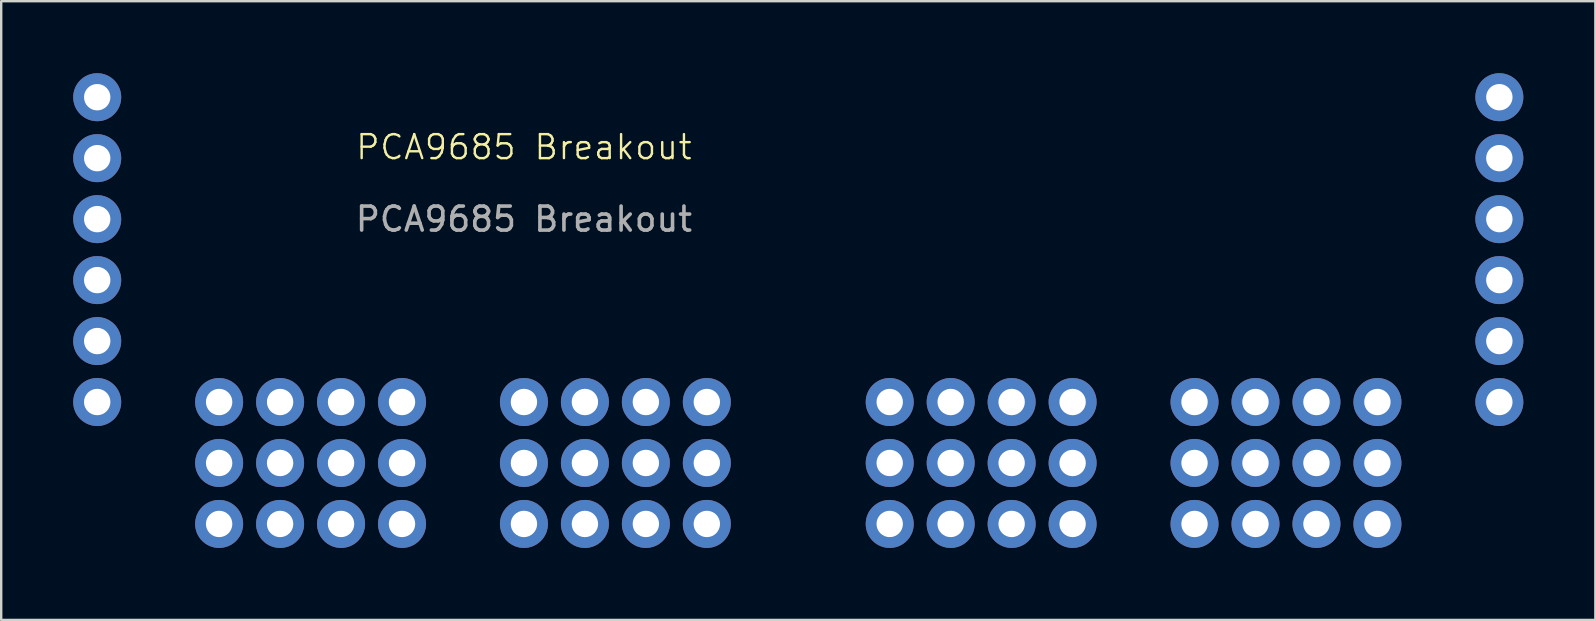
<source format=kicad_pcb>
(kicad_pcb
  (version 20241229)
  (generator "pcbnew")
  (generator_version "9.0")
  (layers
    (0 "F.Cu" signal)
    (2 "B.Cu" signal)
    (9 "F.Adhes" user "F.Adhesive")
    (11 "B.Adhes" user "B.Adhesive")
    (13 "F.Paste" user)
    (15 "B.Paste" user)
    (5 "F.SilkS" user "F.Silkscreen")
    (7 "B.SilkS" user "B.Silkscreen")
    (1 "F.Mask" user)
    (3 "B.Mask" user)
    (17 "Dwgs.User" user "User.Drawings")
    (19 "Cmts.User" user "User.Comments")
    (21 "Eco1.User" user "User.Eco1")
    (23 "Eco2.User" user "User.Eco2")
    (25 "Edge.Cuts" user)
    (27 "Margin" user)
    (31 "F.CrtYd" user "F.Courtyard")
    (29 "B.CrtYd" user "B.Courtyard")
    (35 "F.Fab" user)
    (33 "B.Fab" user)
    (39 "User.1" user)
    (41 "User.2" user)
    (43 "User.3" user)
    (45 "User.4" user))
  (footprint "PCA9685 Breakout"
    (layer "F.Cu")
    (at 6.08 18.78)
    (property "Reference" "PCA9685 Breakout" (at 12.7 -15.7 0) (unlocked yes) (layer "F.SilkS") (effects (font (size 1 1) (thickness 0.1))))
    (attr through_hole)
    (fp_text user "${REFERENCE}" (at 12.7 -12.7 0) (unlocked yes) (layer "F.Fab") (effects (font (size 1 1) (thickness 0.15))))
    (pad "" np_thru_hole circle (at -5.08 -5.08) (size 2 2) (drill 1.1) (layers "*.Cu" "*.Mask"))
    (pad "" np_thru_hole circle (at 0 -2.54) (size 2 2) (drill 1.1) (layers "*.Cu" "*.Mask"))
    (pad "" np_thru_hole circle (at 2.54 -2.54) (size 2 2) (drill 1.1) (layers "*.Cu" "*.Mask"))
    (pad "" np_thru_hole circle (at 5.08 -2.54) (size 2 2) (drill 1.1) (layers "*.Cu" "*.Mask"))
    (pad "" np_thru_hole circle (at 7.62 -2.54) (size 2 2) (drill 1.1) (layers "*.Cu" "*.Mask"))
    (pad "" np_thru_hole circle (at 12.7 -2.54) (size 2 2) (drill 1.1) (layers "*.Cu" "*.Mask"))
    (pad "" np_thru_hole circle (at 15.24 -2.54) (size 2 2) (drill 1.1) (layers "*.Cu" "*.Mask"))
    (pad "" np_thru_hole circle (at 17.78 -2.54) (size 2 2) (drill 1.1) (layers "*.Cu" "*.Mask"))
    (pad "" np_thru_hole circle (at 20.32 -2.54) (size 2 2) (drill 1.1) (layers "*.Cu" "*.Mask"))
    (pad "" np_thru_hole circle (at 27.94 -2.54) (size 2 2) (drill 1.1) (layers "*.Cu" "*.Mask"))
    (pad "" np_thru_hole circle (at 30.48 -2.54) (size 2 2) (drill 1.1) (layers "*.Cu" "*.Mask"))
    (pad "" np_thru_hole circle (at 33.02 -2.54) (size 2 2) (drill 1.1) (layers "*.Cu" "*.Mask"))
    (pad "" np_thru_hole circle (at 35.56 -2.54) (size 2 2) (drill 1.1) (layers "*.Cu" "*.Mask"))
    (pad "" np_thru_hole circle (at 40.64 -2.54) (size 2 2) (drill 1.1) (layers "*.Cu" "*.Mask"))
    (pad "" np_thru_hole circle (at 43.18 -2.54) (size 2 2) (drill 1.1) (layers "*.Cu" "*.Mask"))
    (pad "" np_thru_hole circle (at 45.72 -2.54) (size 2 2) (drill 1.1) (layers "*.Cu" "*.Mask"))
    (pad "" np_thru_hole circle (at 48.26 -2.54) (size 2 2) (drill 1.1) (layers "*.Cu" "*.Mask"))
    (pad "" np_thru_hole circle (at 53.34 -5.08) (size 2 2) (drill 1.1) (layers "*.Cu" "*.Mask"))
    (pad "1" thru_hole circle (at -5.08 -17.78) (size 2 2) (drill 1.1) (layers "*.Cu" "*.Mask"))
    (pad "1" thru_hole circle (at 0 0) (size 2 2) (drill 1.1) (layers "*.Cu" "*.Mask"))
    (pad "1" thru_hole circle (at 2.54 0) (size 2 2) (drill 1.1) (layers "*.Cu" "*.Mask"))
    (pad "1" thru_hole circle (at 5.08 0) (size 2 2) (drill 1.1) (layers "*.Cu" "*.Mask"))
    (pad "1" thru_hole circle (at 7.62 0) (size 2 2) (drill 1.1) (layers "*.Cu" "*.Mask"))
    (pad "1" thru_hole circle (at 12.7 0) (size 2 2) (drill 1.1) (layers "*.Cu" "*.Mask"))
    (pad "1" thru_hole circle (at 15.24 0) (size 2 2) (drill 1.1) (layers "*.Cu" "*.Mask"))
    (pad "1" thru_hole circle (at 17.78 0) (size 2 2) (drill 1.1) (layers "*.Cu" "*.Mask"))
    (pad "1" thru_hole circle (at 20.32 0) (size 2 2) (drill 1.1) (layers "*.Cu" "*.Mask"))
    (pad "1" thru_hole circle (at 27.94 0) (size 2 2) (drill 1.1) (layers "*.Cu" "*.Mask"))
    (pad "1" thru_hole circle (at 30.48 0) (size 2 2) (drill 1.1) (layers "*.Cu" "*.Mask"))
    (pad "1" thru_hole circle (at 33.02 0) (size 2 2) (drill 1.1) (layers "*.Cu" "*.Mask"))
    (pad "1" thru_hole circle (at 35.56 0) (size 2 2) (drill 1.1) (layers "*.Cu" "*.Mask"))
    (pad "1" thru_hole circle (at 40.64 0) (size 2 2) (drill 1.1) (layers "*.Cu" "*.Mask"))
    (pad "1" thru_hole circle (at 43.18 0) (size 2 2) (drill 1.1) (layers "*.Cu" "*.Mask"))
    (pad "1" thru_hole circle (at 45.72 0) (size 2 2) (drill 1.1) (layers "*.Cu" "*.Mask"))
    (pad "1" thru_hole circle (at 48.26 0) (size 2 2) (drill 1.1) (layers "*.Cu" "*.Mask"))
    (pad "1" thru_hole circle (at 53.34 -17.78) (size 2 2) (drill 1.1) (layers "*.Cu" "*.Mask"))
    (pad "2" thru_hole circle (at -5.08 -15.24) (size 2 2) (drill 1.1) (layers "*.Cu" "*.Mask"))
    (pad "2" thru_hole circle (at 53.34 -15.24) (size 2 2) (drill 1.1) (layers "*.Cu" "*.Mask"))
    (pad "3" thru_hole circle (at -5.08 -12.7) (size 2 2) (drill 1.1) (layers "*.Cu" "*.Mask"))
    (pad "3" thru_hole circle (at 53.34 -12.7) (size 2 2) (drill 1.1) (layers "*.Cu" "*.Mask"))
    (pad "4" thru_hole circle (at -5.08 -10.16) (size 2 2) (drill 1.1) (layers "*.Cu" "*.Mask"))
    (pad "4" thru_hole circle (at 53.34 -10.16) (size 2 2) (drill 1.1) (layers "*.Cu" "*.Mask"))
    (pad "5" thru_hole circle (at -5.08 -7.62) (size 2 2) (drill 1.1) (layers "*.Cu" "*.Mask"))
    (pad "5" thru_hole circle (at 53.34 -7.62) (size 2 2) (drill 1.1) (layers "*.Cu" "*.Mask"))
    (pad "6" thru_hole circle (at 0 -5.08) (size 2 2) (drill 1.1) (layers "*.Cu" "*.Mask"))
    (pad "7" thru_hole circle (at 2.54 -5.08) (size 2 2) (drill 1.1) (layers "*.Cu" "*.Mask"))
    (pad "8" thru_hole circle (at 5.08 -5.08) (size 2 2) (drill 1.1) (layers "*.Cu" "*.Mask"))
    (pad "9" thru_hole circle (at 7.62 -5.08) (size 2 2) (drill 1.1) (layers "*.Cu" "*.Mask"))
    (pad "10" thru_hole circle (at 12.7 -5.08) (size 2 2) (drill 1.1) (layers "*.Cu" "*.Mask"))
    (pad "11" thru_hole circle (at 15.24 -5.08) (size 2 2) (drill 1.1) (layers "*.Cu" "*.Mask"))
    (pad "12" thru_hole circle (at 17.78 -5.08) (size 2 2) (drill 1.1) (layers "*.Cu" "*.Mask"))
    (pad "13" thru_hole circle (at 20.32 -5.08) (size 2 2) (drill 1.1) (layers "*.Cu" "*.Mask"))
    (pad "14" thru_hole circle (at 27.94 -5.08) (size 2 2) (drill 1.1) (layers "*.Cu" "*.Mask"))
    (pad "15" thru_hole circle (at 30.48 -5.08) (size 2 2) (drill 1.1) (layers "*.Cu" "*.Mask"))
    (pad "16" thru_hole circle (at 33.02 -5.08) (size 2 2) (drill 1.1) (layers "*.Cu" "*.Mask"))
    (pad "17" thru_hole circle (at 35.56 -5.08) (size 2 2) (drill 1.1) (layers "*.Cu" "*.Mask"))
    (pad "18" thru_hole circle (at 40.64 -5.08) (size 2 2) (drill 1.1) (layers "*.Cu" "*.Mask"))
    (pad "19" thru_hole circle (at 43.18 -5.08) (size 2 2) (drill 1.1) (layers "*.Cu" "*.Mask"))
    (pad "20" thru_hole circle (at 45.72 -5.08) (size 2 2) (drill 1.1) (layers "*.Cu" "*.Mask"))
    (pad "21" thru_hole circle (at 48.26 -5.08) (size 2 2) (drill 1.1) (layers "*.Cu" "*.Mask")))
  (gr_rect
    (start -3 -3)
    (end 63.42 22.78)
    (stroke (width 0.1) (type default))
    (fill no)
    (layer "Edge.Cuts")))
</source>
